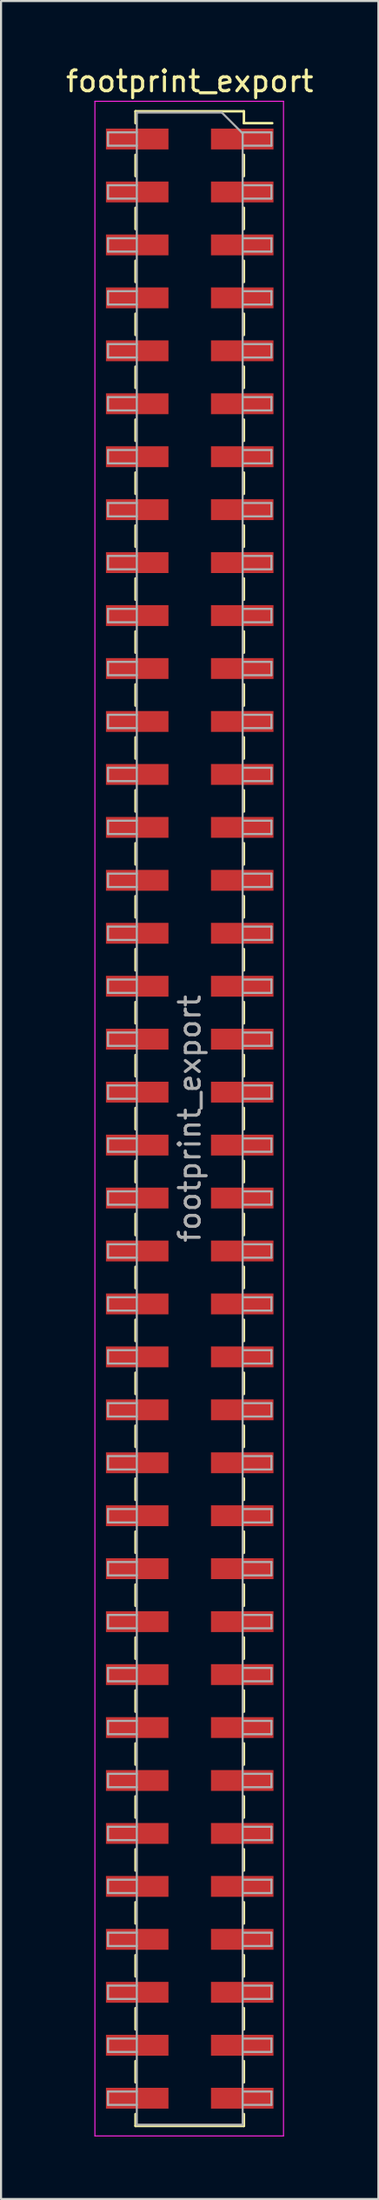
<source format=kicad_pcb>
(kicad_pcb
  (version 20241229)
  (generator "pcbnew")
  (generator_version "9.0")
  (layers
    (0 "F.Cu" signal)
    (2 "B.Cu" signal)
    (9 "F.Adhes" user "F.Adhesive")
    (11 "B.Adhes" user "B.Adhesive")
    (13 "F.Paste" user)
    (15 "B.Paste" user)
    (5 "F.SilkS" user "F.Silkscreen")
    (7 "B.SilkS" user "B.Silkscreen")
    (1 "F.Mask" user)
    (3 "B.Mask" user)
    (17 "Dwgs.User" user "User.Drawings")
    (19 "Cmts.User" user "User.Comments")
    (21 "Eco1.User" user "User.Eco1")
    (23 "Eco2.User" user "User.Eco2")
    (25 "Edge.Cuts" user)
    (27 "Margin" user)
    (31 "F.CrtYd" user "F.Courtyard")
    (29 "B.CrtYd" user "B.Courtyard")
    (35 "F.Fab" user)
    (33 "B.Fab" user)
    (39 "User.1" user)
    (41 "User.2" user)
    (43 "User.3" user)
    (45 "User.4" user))
  (footprint "footprint_export"
    (layer "F.Cu")
    (at 6.054 50.608)
    (property "Reference" "footprint_export" (at 0 -49.76 0) (layer "F.SilkS") (effects (font (size 1 1) (thickness 0.15))))
    (attr smd)
    (fp_line (start -2.6 -48.32) (end -2.6 -47.75) (stroke (width 0.12) (type solid)) (layer "F.SilkS"))
    (fp_line (start -2.6 -48.32) (end 2.6 -48.32) (stroke (width 0.12) (type solid)) (layer "F.SilkS"))
    (fp_line (start -2.6 -46.23) (end -2.6 -45.21) (stroke (width 0.12) (type solid)) (layer "F.SilkS"))
    (fp_line (start -2.6 -43.69) (end -2.6 -42.67) (stroke (width 0.12) (type solid)) (layer "F.SilkS"))
    (fp_line (start -2.6 -41.15) (end -2.6 -40.13) (stroke (width 0.12) (type solid)) (layer "F.SilkS"))
    (fp_line (start -2.6 -38.61) (end -2.6 -37.59) (stroke (width 0.12) (type solid)) (layer "F.SilkS"))
    (fp_line (start -2.6 -36.07) (end -2.6 -35.05) (stroke (width 0.12) (type solid)) (layer "F.SilkS"))
    (fp_line (start -2.6 -33.53) (end -2.6 -32.51) (stroke (width 0.12) (type solid)) (layer "F.SilkS"))
    (fp_line (start -2.6 -30.99) (end -2.6 -29.97) (stroke (width 0.12) (type solid)) (layer "F.SilkS"))
    (fp_line (start -2.6 -28.45) (end -2.6 -27.43) (stroke (width 0.12) (type solid)) (layer "F.SilkS"))
    (fp_line (start -2.6 -25.91) (end -2.6 -24.89) (stroke (width 0.12) (type solid)) (layer "F.SilkS"))
    (fp_line (start -2.6 -23.37) (end -2.6 -22.35) (stroke (width 0.12) (type solid)) (layer "F.SilkS"))
    (fp_line (start -2.6 -20.83) (end -2.6 -19.81) (stroke (width 0.12) (type solid)) (layer "F.SilkS"))
    (fp_line (start -2.6 -18.29) (end -2.6 -17.27) (stroke (width 0.12) (type solid)) (layer "F.SilkS"))
    (fp_line (start -2.6 -15.75) (end -2.6 -14.73) (stroke (width 0.12) (type solid)) (layer "F.SilkS"))
    (fp_line (start -2.6 -13.21) (end -2.6 -12.19) (stroke (width 0.12) (type solid)) (layer "F.SilkS"))
    (fp_line (start -2.6 -10.67) (end -2.6 -9.65) (stroke (width 0.12) (type solid)) (layer "F.SilkS"))
    (fp_line (start -2.6 -8.13) (end -2.6 -7.11) (stroke (width 0.12) (type solid)) (layer "F.SilkS"))
    (fp_line (start -2.6 -5.59) (end -2.6 -4.57) (stroke (width 0.12) (type solid)) (layer "F.SilkS"))
    (fp_line (start -2.6 -3.05) (end -2.6 -2.03) (stroke (width 0.12) (type solid)) (layer "F.SilkS"))
    (fp_line (start -2.6 -0.51) (end -2.6 0.51) (stroke (width 0.12) (type solid)) (layer "F.SilkS"))
    (fp_line (start -2.6 2.03) (end -2.6 3.05) (stroke (width 0.12) (type solid)) (layer "F.SilkS"))
    (fp_line (start -2.6 4.57) (end -2.6 5.59) (stroke (width 0.12) (type solid)) (layer "F.SilkS"))
    (fp_line (start -2.6 7.11) (end -2.6 8.13) (stroke (width 0.12) (type solid)) (layer "F.SilkS"))
    (fp_line (start -2.6 9.65) (end -2.6 10.67) (stroke (width 0.12) (type solid)) (layer "F.SilkS"))
    (fp_line (start -2.6 12.19) (end -2.6 13.21) (stroke (width 0.12) (type solid)) (layer "F.SilkS"))
    (fp_line (start -2.6 14.73) (end -2.6 15.75) (stroke (width 0.12) (type solid)) (layer "F.SilkS"))
    (fp_line (start -2.6 17.27) (end -2.6 18.29) (stroke (width 0.12) (type solid)) (layer "F.SilkS"))
    (fp_line (start -2.6 19.81) (end -2.6 20.83) (stroke (width 0.12) (type solid)) (layer "F.SilkS"))
    (fp_line (start -2.6 22.35) (end -2.6 23.37) (stroke (width 0.12) (type solid)) (layer "F.SilkS"))
    (fp_line (start -2.6 24.89) (end -2.6 25.91) (stroke (width 0.12) (type solid)) (layer "F.SilkS"))
    (fp_line (start -2.6 27.43) (end -2.6 28.45) (stroke (width 0.12) (type solid)) (layer "F.SilkS"))
    (fp_line (start -2.6 29.97) (end -2.6 30.99) (stroke (width 0.12) (type solid)) (layer "F.SilkS"))
    (fp_line (start -2.6 32.51) (end -2.6 33.53) (stroke (width 0.12) (type solid)) (layer "F.SilkS"))
    (fp_line (start -2.6 35.05) (end -2.6 36.07) (stroke (width 0.12) (type solid)) (layer "F.SilkS"))
    (fp_line (start -2.6 37.59) (end -2.6 38.61) (stroke (width 0.12) (type solid)) (layer "F.SilkS"))
    (fp_line (start -2.6 40.13) (end -2.6 41.15) (stroke (width 0.12) (type solid)) (layer "F.SilkS"))
    (fp_line (start -2.6 42.67) (end -2.6 43.69) (stroke (width 0.12) (type solid)) (layer "F.SilkS"))
    (fp_line (start -2.6 45.21) (end -2.6 46.23) (stroke (width 0.12) (type solid)) (layer "F.SilkS"))
    (fp_line (start -2.6 47.75) (end -2.6 48.32) (stroke (width 0.12) (type solid)) (layer "F.SilkS"))
    (fp_line (start -2.6 48.32) (end 2.6 48.32) (stroke (width 0.12) (type solid)) (layer "F.SilkS"))
    (fp_line (start 2.6 -48.32) (end 2.6 -47.75) (stroke (width 0.12) (type solid)) (layer "F.SilkS"))
    (fp_line (start 2.6 -47.75) (end 3.96 -47.75) (stroke (width 0.12) (type solid)) (layer "F.SilkS"))
    (fp_line (start 2.6 -46.23) (end 2.6 -45.21) (stroke (width 0.12) (type solid)) (layer "F.SilkS"))
    (fp_line (start 2.6 -43.69) (end 2.6 -42.67) (stroke (width 0.12) (type solid)) (layer "F.SilkS"))
    (fp_line (start 2.6 -41.15) (end 2.6 -40.13) (stroke (width 0.12) (type solid)) (layer "F.SilkS"))
    (fp_line (start 2.6 -38.61) (end 2.6 -37.59) (stroke (width 0.12) (type solid)) (layer "F.SilkS"))
    (fp_line (start 2.6 -36.07) (end 2.6 -35.05) (stroke (width 0.12) (type solid)) (layer "F.SilkS"))
    (fp_line (start 2.6 -33.53) (end 2.6 -32.51) (stroke (width 0.12) (type solid)) (layer "F.SilkS"))
    (fp_line (start 2.6 -30.99) (end 2.6 -29.97) (stroke (width 0.12) (type solid)) (layer "F.SilkS"))
    (fp_line (start 2.6 -28.45) (end 2.6 -27.43) (stroke (width 0.12) (type solid)) (layer "F.SilkS"))
    (fp_line (start 2.6 -25.91) (end 2.6 -24.89) (stroke (width 0.12) (type solid)) (layer "F.SilkS"))
    (fp_line (start 2.6 -23.37) (end 2.6 -22.35) (stroke (width 0.12) (type solid)) (layer "F.SilkS"))
    (fp_line (start 2.6 -20.83) (end 2.6 -19.81) (stroke (width 0.12) (type solid)) (layer "F.SilkS"))
    (fp_line (start 2.6 -18.29) (end 2.6 -17.27) (stroke (width 0.12) (type solid)) (layer "F.SilkS"))
    (fp_line (start 2.6 -15.75) (end 2.6 -14.73) (stroke (width 0.12) (type solid)) (layer "F.SilkS"))
    (fp_line (start 2.6 -13.21) (end 2.6 -12.19) (stroke (width 0.12) (type solid)) (layer "F.SilkS"))
    (fp_line (start 2.6 -10.67) (end 2.6 -9.65) (stroke (width 0.12) (type solid)) (layer "F.SilkS"))
    (fp_line (start 2.6 -8.13) (end 2.6 -7.11) (stroke (width 0.12) (type solid)) (layer "F.SilkS"))
    (fp_line (start 2.6 -5.59) (end 2.6 -4.57) (stroke (width 0.12) (type solid)) (layer "F.SilkS"))
    (fp_line (start 2.6 -3.05) (end 2.6 -2.03) (stroke (width 0.12) (type solid)) (layer "F.SilkS"))
    (fp_line (start 2.6 -0.51) (end 2.6 0.51) (stroke (width 0.12) (type solid)) (layer "F.SilkS"))
    (fp_line (start 2.6 2.03) (end 2.6 3.05) (stroke (width 0.12) (type solid)) (layer "F.SilkS"))
    (fp_line (start 2.6 4.57) (end 2.6 5.59) (stroke (width 0.12) (type solid)) (layer "F.SilkS"))
    (fp_line (start 2.6 7.11) (end 2.6 8.13) (stroke (width 0.12) (type solid)) (layer "F.SilkS"))
    (fp_line (start 2.6 9.65) (end 2.6 10.67) (stroke (width 0.12) (type solid)) (layer "F.SilkS"))
    (fp_line (start 2.6 12.19) (end 2.6 13.21) (stroke (width 0.12) (type solid)) (layer "F.SilkS"))
    (fp_line (start 2.6 14.73) (end 2.6 15.75) (stroke (width 0.12) (type solid)) (layer "F.SilkS"))
    (fp_line (start 2.6 17.27) (end 2.6 18.29) (stroke (width 0.12) (type solid)) (layer "F.SilkS"))
    (fp_line (start 2.6 19.81) (end 2.6 20.83) (stroke (width 0.12) (type solid)) (layer "F.SilkS"))
    (fp_line (start 2.6 22.35) (end 2.6 23.37) (stroke (width 0.12) (type solid)) (layer "F.SilkS"))
    (fp_line (start 2.6 24.89) (end 2.6 25.91) (stroke (width 0.12) (type solid)) (layer "F.SilkS"))
    (fp_line (start 2.6 27.43) (end 2.6 28.45) (stroke (width 0.12) (type solid)) (layer "F.SilkS"))
    (fp_line (start 2.6 29.97) (end 2.6 30.99) (stroke (width 0.12) (type solid)) (layer "F.SilkS"))
    (fp_line (start 2.6 32.51) (end 2.6 33.53) (stroke (width 0.12) (type solid)) (layer "F.SilkS"))
    (fp_line (start 2.6 35.05) (end 2.6 36.07) (stroke (width 0.12) (type solid)) (layer "F.SilkS"))
    (fp_line (start 2.6 37.59) (end 2.6 38.61) (stroke (width 0.12) (type solid)) (layer "F.SilkS"))
    (fp_line (start 2.6 40.13) (end 2.6 41.15) (stroke (width 0.12) (type solid)) (layer "F.SilkS"))
    (fp_line (start 2.6 42.67) (end 2.6 43.69) (stroke (width 0.12) (type solid)) (layer "F.SilkS"))
    (fp_line (start 2.6 45.21) (end 2.6 46.23) (stroke (width 0.12) (type solid)) (layer "F.SilkS"))
    (fp_line (start 2.6 47.75) (end 2.6 48.32) (stroke (width 0.12) (type solid)) (layer "F.SilkS"))
    (fp_line (start -4.55 -48.8) (end 4.5 -48.8) (stroke (width 0.05) (type solid)) (layer "F.CrtYd"))
    (fp_line (start -4.55 48.8) (end -4.55 -48.8) (stroke (width 0.05) (type solid)) (layer "F.CrtYd"))
    (fp_line (start 4.5 -48.8) (end 4.5 48.8) (stroke (width 0.05) (type solid)) (layer "F.CrtYd"))
    (fp_line (start 4.5 48.8) (end -4.55 48.8) (stroke (width 0.05) (type solid)) (layer "F.CrtYd"))
    (fp_line (start -3.92 -47.31) (end -2.54 -47.31) (stroke (width 0.1) (type solid)) (layer "F.Fab"))
    (fp_line (start -3.92 -46.67) (end -3.92 -47.31) (stroke (width 0.1) (type solid)) (layer "F.Fab"))
    (fp_line (start -3.92 -44.77) (end -2.54 -44.77) (stroke (width 0.1) (type solid)) (layer "F.Fab"))
    (fp_line (start -3.92 -44.13) (end -3.92 -44.77) (stroke (width 0.1) (type solid)) (layer "F.Fab"))
    (fp_line (start -3.92 -42.23) (end -2.54 -42.23) (stroke (width 0.1) (type solid)) (layer "F.Fab"))
    (fp_line (start -3.92 -41.59) (end -3.92 -42.23) (stroke (width 0.1) (type solid)) (layer "F.Fab"))
    (fp_line (start -3.92 -39.69) (end -2.54 -39.69) (stroke (width 0.1) (type solid)) (layer "F.Fab"))
    (fp_line (start -3.92 -39.05) (end -3.92 -39.69) (stroke (width 0.1) (type solid)) (layer "F.Fab"))
    (fp_line (start -3.92 -37.15) (end -2.54 -37.15) (stroke (width 0.1) (type solid)) (layer "F.Fab"))
    (fp_line (start -3.92 -36.51) (end -3.92 -37.15) (stroke (width 0.1) (type solid)) (layer "F.Fab"))
    (fp_line (start -3.92 -34.61) (end -2.54 -34.61) (stroke (width 0.1) (type solid)) (layer "F.Fab"))
    (fp_line (start -3.92 -33.97) (end -3.92 -34.61) (stroke (width 0.1) (type solid)) (layer "F.Fab"))
    (fp_line (start -3.92 -32.07) (end -2.54 -32.07) (stroke (width 0.1) (type solid)) (layer "F.Fab"))
    (fp_line (start -3.92 -31.43) (end -3.92 -32.07) (stroke (width 0.1) (type solid)) (layer "F.Fab"))
    (fp_line (start -3.92 -29.53) (end -2.54 -29.53) (stroke (width 0.1) (type solid)) (layer "F.Fab"))
    (fp_line (start -3.92 -28.89) (end -3.92 -29.53) (stroke (width 0.1) (type solid)) (layer "F.Fab"))
    (fp_line (start -3.92 -26.99) (end -2.54 -26.99) (stroke (width 0.1) (type solid)) (layer "F.Fab"))
    (fp_line (start -3.92 -26.35) (end -3.92 -26.99) (stroke (width 0.1) (type solid)) (layer "F.Fab"))
    (fp_line (start -3.92 -24.45) (end -2.54 -24.45) (stroke (width 0.1) (type solid)) (layer "F.Fab"))
    (fp_line (start -3.92 -23.81) (end -3.92 -24.45) (stroke (width 0.1) (type solid)) (layer "F.Fab"))
    (fp_line (start -3.92 -21.91) (end -2.54 -21.91) (stroke (width 0.1) (type solid)) (layer "F.Fab"))
    (fp_line (start -3.92 -21.27) (end -3.92 -21.91) (stroke (width 0.1) (type solid)) (layer "F.Fab"))
    (fp_line (start -3.92 -19.37) (end -2.54 -19.37) (stroke (width 0.1) (type solid)) (layer "F.Fab"))
    (fp_line (start -3.92 -18.73) (end -3.92 -19.37) (stroke (width 0.1) (type solid)) (layer "F.Fab"))
    (fp_line (start -3.92 -16.83) (end -2.54 -16.83) (stroke (width 0.1) (type solid)) (layer "F.Fab"))
    (fp_line (start -3.92 -16.19) (end -3.92 -16.83) (stroke (width 0.1) (type solid)) (layer "F.Fab"))
    (fp_line (start -3.92 -14.29) (end -2.54 -14.29) (stroke (width 0.1) (type solid)) (layer "F.Fab"))
    (fp_line (start -3.92 -13.65) (end -3.92 -14.29) (stroke (width 0.1) (type solid)) (layer "F.Fab"))
    (fp_line (start -3.92 -11.75) (end -2.54 -11.75) (stroke (width 0.1) (type solid)) (layer "F.Fab"))
    (fp_line (start -3.92 -11.11) (end -3.92 -11.75) (stroke (width 0.1) (type solid)) (layer "F.Fab"))
    (fp_line (start -3.92 -9.21) (end -2.54 -9.21) (stroke (width 0.1) (type solid)) (layer "F.Fab"))
    (fp_line (start -3.92 -8.57) (end -3.92 -9.21) (stroke (width 0.1) (type solid)) (layer "F.Fab"))
    (fp_line (start -3.92 -6.67) (end -2.54 -6.67) (stroke (width 0.1) (type solid)) (layer "F.Fab"))
    (fp_line (start -3.92 -6.03) (end -3.92 -6.67) (stroke (width 0.1) (type solid)) (layer "F.Fab"))
    (fp_line (start -3.92 -4.13) (end -2.54 -4.13) (stroke (width 0.1) (type solid)) (layer "F.Fab"))
    (fp_line (start -3.92 -3.49) (end -3.92 -4.13) (stroke (width 0.1) (type solid)) (layer "F.Fab"))
    (fp_line (start -3.92 -1.59) (end -2.54 -1.59) (stroke (width 0.1) (type solid)) (layer "F.Fab"))
    (fp_line (start -3.92 -0.95) (end -3.92 -1.59) (stroke (width 0.1) (type solid)) (layer "F.Fab"))
    (fp_line (start -3.92 0.95) (end -2.54 0.95) (stroke (width 0.1) (type solid)) (layer "F.Fab"))
    (fp_line (start -3.92 1.59) (end -3.92 0.95) (stroke (width 0.1) (type solid)) (layer "F.Fab"))
    (fp_line (start -3.92 3.49) (end -2.54 3.49) (stroke (width 0.1) (type solid)) (layer "F.Fab"))
    (fp_line (start -3.92 4.13) (end -3.92 3.49) (stroke (width 0.1) (type solid)) (layer "F.Fab"))
    (fp_line (start -3.92 6.03) (end -2.54 6.03) (stroke (width 0.1) (type solid)) (layer "F.Fab"))
    (fp_line (start -3.92 6.67) (end -3.92 6.03) (stroke (width 0.1) (type solid)) (layer "F.Fab"))
    (fp_line (start -3.92 8.57) (end -2.54 8.57) (stroke (width 0.1) (type solid)) (layer "F.Fab"))
    (fp_line (start -3.92 9.21) (end -3.92 8.57) (stroke (width 0.1) (type solid)) (layer "F.Fab"))
    (fp_line (start -3.92 11.11) (end -2.54 11.11) (stroke (width 0.1) (type solid)) (layer "F.Fab"))
    (fp_line (start -3.92 11.75) (end -3.92 11.11) (stroke (width 0.1) (type solid)) (layer "F.Fab"))
    (fp_line (start -3.92 13.65) (end -2.54 13.65) (stroke (width 0.1) (type solid)) (layer "F.Fab"))
    (fp_line (start -3.92 14.29) (end -3.92 13.65) (stroke (width 0.1) (type solid)) (layer "F.Fab"))
    (fp_line (start -3.92 16.19) (end -2.54 16.19) (stroke (width 0.1) (type solid)) (layer "F.Fab"))
    (fp_line (start -3.92 16.83) (end -3.92 16.19) (stroke (width 0.1) (type solid)) (layer "F.Fab"))
    (fp_line (start -3.92 18.73) (end -2.54 18.73) (stroke (width 0.1) (type solid)) (layer "F.Fab"))
    (fp_line (start -3.92 19.37) (end -3.92 18.73) (stroke (width 0.1) (type solid)) (layer "F.Fab"))
    (fp_line (start -3.92 21.27) (end -2.54 21.27) (stroke (width 0.1) (type solid)) (layer "F.Fab"))
    (fp_line (start -3.92 21.91) (end -3.92 21.27) (stroke (width 0.1) (type solid)) (layer "F.Fab"))
    (fp_line (start -3.92 23.81) (end -2.54 23.81) (stroke (width 0.1) (type solid)) (layer "F.Fab"))
    (fp_line (start -3.92 24.45) (end -3.92 23.81) (stroke (width 0.1) (type solid)) (layer "F.Fab"))
    (fp_line (start -3.92 26.35) (end -2.54 26.35) (stroke (width 0.1) (type solid)) (layer "F.Fab"))
    (fp_line (start -3.92 26.99) (end -3.92 26.35) (stroke (width 0.1) (type solid)) (layer "F.Fab"))
    (fp_line (start -3.92 28.89) (end -2.54 28.89) (stroke (width 0.1) (type solid)) (layer "F.Fab"))
    (fp_line (start -3.92 29.53) (end -3.92 28.89) (stroke (width 0.1) (type solid)) (layer "F.Fab"))
    (fp_line (start -3.92 31.43) (end -2.54 31.43) (stroke (width 0.1) (type solid)) (layer "F.Fab"))
    (fp_line (start -3.92 32.07) (end -3.92 31.43) (stroke (width 0.1) (type solid)) (layer "F.Fab"))
    (fp_line (start -3.92 33.97) (end -2.54 33.97) (stroke (width 0.1) (type solid)) (layer "F.Fab"))
    (fp_line (start -3.92 34.61) (end -3.92 33.97) (stroke (width 0.1) (type solid)) (layer "F.Fab"))
    (fp_line (start -3.92 36.51) (end -2.54 36.51) (stroke (width 0.1) (type solid)) (layer "F.Fab"))
    (fp_line (start -3.92 37.15) (end -3.92 36.51) (stroke (width 0.1) (type solid)) (layer "F.Fab"))
    (fp_line (start -3.92 39.05) (end -2.54 39.05) (stroke (width 0.1) (type solid)) (layer "F.Fab"))
    (fp_line (start -3.92 39.69) (end -3.92 39.05) (stroke (width 0.1) (type solid)) (layer "F.Fab"))
    (fp_line (start -3.92 41.59) (end -2.54 41.59) (stroke (width 0.1) (type solid)) (layer "F.Fab"))
    (fp_line (start -3.92 42.23) (end -3.92 41.59) (stroke (width 0.1) (type solid)) (layer "F.Fab"))
    (fp_line (start -3.92 44.13) (end -2.54 44.13) (stroke (width 0.1) (type solid)) (layer "F.Fab"))
    (fp_line (start -3.92 44.77) (end -3.92 44.13) (stroke (width 0.1) (type solid)) (layer "F.Fab"))
    (fp_line (start -3.92 46.67) (end -2.54 46.67) (stroke (width 0.1) (type solid)) (layer "F.Fab"))
    (fp_line (start -3.92 47.31) (end -3.92 46.67) (stroke (width 0.1) (type solid)) (layer "F.Fab"))
    (fp_line (start -2.54 -48.26) (end 1.54 -48.26) (stroke (width 0.1) (type solid)) (layer "F.Fab"))
    (fp_line (start -2.54 -46.67) (end -3.92 -46.67) (stroke (width 0.1) (type solid)) (layer "F.Fab"))
    (fp_line (start -2.54 -44.13) (end -3.92 -44.13) (stroke (width 0.1) (type solid)) (layer "F.Fab"))
    (fp_line (start -2.54 -41.59) (end -3.92 -41.59) (stroke (width 0.1) (type solid)) (layer "F.Fab"))
    (fp_line (start -2.54 -39.05) (end -3.92 -39.05) (stroke (width 0.1) (type solid)) (layer "F.Fab"))
    (fp_line (start -2.54 -36.51) (end -3.92 -36.51) (stroke (width 0.1) (type solid)) (layer "F.Fab"))
    (fp_line (start -2.54 -33.97) (end -3.92 -33.97) (stroke (width 0.1) (type solid)) (layer "F.Fab"))
    (fp_line (start -2.54 -31.43) (end -3.92 -31.43) (stroke (width 0.1) (type solid)) (layer "F.Fab"))
    (fp_line (start -2.54 -28.89) (end -3.92 -28.89) (stroke (width 0.1) (type solid)) (layer "F.Fab"))
    (fp_line (start -2.54 -26.35) (end -3.92 -26.35) (stroke (width 0.1) (type solid)) (layer "F.Fab"))
    (fp_line (start -2.54 -23.81) (end -3.92 -23.81) (stroke (width 0.1) (type solid)) (layer "F.Fab"))
    (fp_line (start -2.54 -21.27) (end -3.92 -21.27) (stroke (width 0.1) (type solid)) (layer "F.Fab"))
    (fp_line (start -2.54 -18.73) (end -3.92 -18.73) (stroke (width 0.1) (type solid)) (layer "F.Fab"))
    (fp_line (start -2.54 -16.19) (end -3.92 -16.19) (stroke (width 0.1) (type solid)) (layer "F.Fab"))
    (fp_line (start -2.54 -13.65) (end -3.92 -13.65) (stroke (width 0.1) (type solid)) (layer "F.Fab"))
    (fp_line (start -2.54 -11.11) (end -3.92 -11.11) (stroke (width 0.1) (type solid)) (layer "F.Fab"))
    (fp_line (start -2.54 -8.57) (end -3.92 -8.57) (stroke (width 0.1) (type solid)) (layer "F.Fab"))
    (fp_line (start -2.54 -6.03) (end -3.92 -6.03) (stroke (width 0.1) (type solid)) (layer "F.Fab"))
    (fp_line (start -2.54 -3.49) (end -3.92 -3.49) (stroke (width 0.1) (type solid)) (layer "F.Fab"))
    (fp_line (start -2.54 -0.95) (end -3.92 -0.95) (stroke (width 0.1) (type solid)) (layer "F.Fab"))
    (fp_line (start -2.54 1.59) (end -3.92 1.59) (stroke (width 0.1) (type solid)) (layer "F.Fab"))
    (fp_line (start -2.54 4.13) (end -3.92 4.13) (stroke (width 0.1) (type solid)) (layer "F.Fab"))
    (fp_line (start -2.54 6.67) (end -3.92 6.67) (stroke (width 0.1) (type solid)) (layer "F.Fab"))
    (fp_line (start -2.54 9.21) (end -3.92 9.21) (stroke (width 0.1) (type solid)) (layer "F.Fab"))
    (fp_line (start -2.54 11.75) (end -3.92 11.75) (stroke (width 0.1) (type solid)) (layer "F.Fab"))
    (fp_line (start -2.54 14.29) (end -3.92 14.29) (stroke (width 0.1) (type solid)) (layer "F.Fab"))
    (fp_line (start -2.54 16.83) (end -3.92 16.83) (stroke (width 0.1) (type solid)) (layer "F.Fab"))
    (fp_line (start -2.54 19.37) (end -3.92 19.37) (stroke (width 0.1) (type solid)) (layer "F.Fab"))
    (fp_line (start -2.54 21.91) (end -3.92 21.91) (stroke (width 0.1) (type solid)) (layer "F.Fab"))
    (fp_line (start -2.54 24.45) (end -3.92 24.45) (stroke (width 0.1) (type solid)) (layer "F.Fab"))
    (fp_line (start -2.54 26.99) (end -3.92 26.99) (stroke (width 0.1) (type solid)) (layer "F.Fab"))
    (fp_line (start -2.54 29.53) (end -3.92 29.53) (stroke (width 0.1) (type solid)) (layer "F.Fab"))
    (fp_line (start -2.54 32.07) (end -3.92 32.07) (stroke (width 0.1) (type solid)) (layer "F.Fab"))
    (fp_line (start -2.54 34.61) (end -3.92 34.61) (stroke (width 0.1) (type solid)) (layer "F.Fab"))
    (fp_line (start -2.54 37.15) (end -3.92 37.15) (stroke (width 0.1) (type solid)) (layer "F.Fab"))
    (fp_line (start -2.54 39.69) (end -3.92 39.69) (stroke (width 0.1) (type solid)) (layer "F.Fab"))
    (fp_line (start -2.54 42.23) (end -3.92 42.23) (stroke (width 0.1) (type solid)) (layer "F.Fab"))
    (fp_line (start -2.54 44.77) (end -3.92 44.77) (stroke (width 0.1) (type solid)) (layer "F.Fab"))
    (fp_line (start -2.54 47.31) (end -3.92 47.31) (stroke (width 0.1) (type solid)) (layer "F.Fab"))
    (fp_line (start -2.54 48.26) (end -2.54 -48.26) (stroke (width 0.1) (type solid)) (layer "F.Fab"))
    (fp_line (start 1.54 -48.26) (end 2.54 -47.26) (stroke (width 0.1) (type solid)) (layer "F.Fab"))
    (fp_line (start 2.54 -47.31) (end 3.92 -47.31) (stroke (width 0.1) (type solid)) (layer "F.Fab"))
    (fp_line (start 2.54 -47.26) (end 2.54 48.26) (stroke (width 0.1) (type solid)) (layer "F.Fab"))
    (fp_line (start 2.54 -44.77) (end 3.92 -44.77) (stroke (width 0.1) (type solid)) (layer "F.Fab"))
    (fp_line (start 2.54 -42.23) (end 3.92 -42.23) (stroke (width 0.1) (type solid)) (layer "F.Fab"))
    (fp_line (start 2.54 -39.69) (end 3.92 -39.69) (stroke (width 0.1) (type solid)) (layer "F.Fab"))
    (fp_line (start 2.54 -37.15) (end 3.92 -37.15) (stroke (width 0.1) (type solid)) (layer "F.Fab"))
    (fp_line (start 2.54 -34.61) (end 3.92 -34.61) (stroke (width 0.1) (type solid)) (layer "F.Fab"))
    (fp_line (start 2.54 -32.07) (end 3.92 -32.07) (stroke (width 0.1) (type solid)) (layer "F.Fab"))
    (fp_line (start 2.54 -29.53) (end 3.92 -29.53) (stroke (width 0.1) (type solid)) (layer "F.Fab"))
    (fp_line (start 2.54 -26.99) (end 3.92 -26.99) (stroke (width 0.1) (type solid)) (layer "F.Fab"))
    (fp_line (start 2.54 -24.45) (end 3.92 -24.45) (stroke (width 0.1) (type solid)) (layer "F.Fab"))
    (fp_line (start 2.54 -21.91) (end 3.92 -21.91) (stroke (width 0.1) (type solid)) (layer "F.Fab"))
    (fp_line (start 2.54 -19.37) (end 3.92 -19.37) (stroke (width 0.1) (type solid)) (layer "F.Fab"))
    (fp_line (start 2.54 -16.83) (end 3.92 -16.83) (stroke (width 0.1) (type solid)) (layer "F.Fab"))
    (fp_line (start 2.54 -14.29) (end 3.92 -14.29) (stroke (width 0.1) (type solid)) (layer "F.Fab"))
    (fp_line (start 2.54 -11.75) (end 3.92 -11.75) (stroke (width 0.1) (type solid)) (layer "F.Fab"))
    (fp_line (start 2.54 -9.21) (end 3.92 -9.21) (stroke (width 0.1) (type solid)) (layer "F.Fab"))
    (fp_line (start 2.54 -6.67) (end 3.92 -6.67) (stroke (width 0.1) (type solid)) (layer "F.Fab"))
    (fp_line (start 2.54 -4.13) (end 3.92 -4.13) (stroke (width 0.1) (type solid)) (layer "F.Fab"))
    (fp_line (start 2.54 -1.59) (end 3.92 -1.59) (stroke (width 0.1) (type solid)) (layer "F.Fab"))
    (fp_line (start 2.54 0.95) (end 3.92 0.95) (stroke (width 0.1) (type solid)) (layer "F.Fab"))
    (fp_line (start 2.54 3.49) (end 3.92 3.49) (stroke (width 0.1) (type solid)) (layer "F.Fab"))
    (fp_line (start 2.54 6.03) (end 3.92 6.03) (stroke (width 0.1) (type solid)) (layer "F.Fab"))
    (fp_line (start 2.54 8.57) (end 3.92 8.57) (stroke (width 0.1) (type solid)) (layer "F.Fab"))
    (fp_line (start 2.54 11.11) (end 3.92 11.11) (stroke (width 0.1) (type solid)) (layer "F.Fab"))
    (fp_line (start 2.54 13.65) (end 3.92 13.65) (stroke (width 0.1) (type solid)) (layer "F.Fab"))
    (fp_line (start 2.54 16.19) (end 3.92 16.19) (stroke (width 0.1) (type solid)) (layer "F.Fab"))
    (fp_line (start 2.54 18.73) (end 3.92 18.73) (stroke (width 0.1) (type solid)) (layer "F.Fab"))
    (fp_line (start 2.54 21.27) (end 3.92 21.27) (stroke (width 0.1) (type solid)) (layer "F.Fab"))
    (fp_line (start 2.54 23.81) (end 3.92 23.81) (stroke (width 0.1) (type solid)) (layer "F.Fab"))
    (fp_line (start 2.54 26.35) (end 3.92 26.35) (stroke (width 0.1) (type solid)) (layer "F.Fab"))
    (fp_line (start 2.54 28.89) (end 3.92 28.89) (stroke (width 0.1) (type solid)) (layer "F.Fab"))
    (fp_line (start 2.54 31.43) (end 3.92 31.43) (stroke (width 0.1) (type solid)) (layer "F.Fab"))
    (fp_line (start 2.54 33.97) (end 3.92 33.97) (stroke (width 0.1) (type solid)) (layer "F.Fab"))
    (fp_line (start 2.54 36.51) (end 3.92 36.51) (stroke (width 0.1) (type solid)) (layer "F.Fab"))
    (fp_line (start 2.54 39.05) (end 3.92 39.05) (stroke (width 0.1) (type solid)) (layer "F.Fab"))
    (fp_line (start 2.54 41.59) (end 3.92 41.59) (stroke (width 0.1) (type solid)) (layer "F.Fab"))
    (fp_line (start 2.54 44.13) (end 3.92 44.13) (stroke (width 0.1) (type solid)) (layer "F.Fab"))
    (fp_line (start 2.54 46.67) (end 3.92 46.67) (stroke (width 0.1) (type solid)) (layer "F.Fab"))
    (fp_line (start 2.54 48.26) (end -2.54 48.26) (stroke (width 0.1) (type solid)) (layer "F.Fab"))
    (fp_line (start 3.92 -47.31) (end 3.92 -46.67) (stroke (width 0.1) (type solid)) (layer "F.Fab"))
    (fp_line (start 3.92 -46.67) (end 2.54 -46.67) (stroke (width 0.1) (type solid)) (layer "F.Fab"))
    (fp_line (start 3.92 -44.77) (end 3.92 -44.13) (stroke (width 0.1) (type solid)) (layer "F.Fab"))
    (fp_line (start 3.92 -44.13) (end 2.54 -44.13) (stroke (width 0.1) (type solid)) (layer "F.Fab"))
    (fp_line (start 3.92 -42.23) (end 3.92 -41.59) (stroke (width 0.1) (type solid)) (layer "F.Fab"))
    (fp_line (start 3.92 -41.59) (end 2.54 -41.59) (stroke (width 0.1) (type solid)) (layer "F.Fab"))
    (fp_line (start 3.92 -39.69) (end 3.92 -39.05) (stroke (width 0.1) (type solid)) (layer "F.Fab"))
    (fp_line (start 3.92 -39.05) (end 2.54 -39.05) (stroke (width 0.1) (type solid)) (layer "F.Fab"))
    (fp_line (start 3.92 -37.15) (end 3.92 -36.51) (stroke (width 0.1) (type solid)) (layer "F.Fab"))
    (fp_line (start 3.92 -36.51) (end 2.54 -36.51) (stroke (width 0.1) (type solid)) (layer "F.Fab"))
    (fp_line (start 3.92 -34.61) (end 3.92 -33.97) (stroke (width 0.1) (type solid)) (layer "F.Fab"))
    (fp_line (start 3.92 -33.97) (end 2.54 -33.97) (stroke (width 0.1) (type solid)) (layer "F.Fab"))
    (fp_line (start 3.92 -32.07) (end 3.92 -31.43) (stroke (width 0.1) (type solid)) (layer "F.Fab"))
    (fp_line (start 3.92 -31.43) (end 2.54 -31.43) (stroke (width 0.1) (type solid)) (layer "F.Fab"))
    (fp_line (start 3.92 -29.53) (end 3.92 -28.89) (stroke (width 0.1) (type solid)) (layer "F.Fab"))
    (fp_line (start 3.92 -28.89) (end 2.54 -28.89) (stroke (width 0.1) (type solid)) (layer "F.Fab"))
    (fp_line (start 3.92 -26.99) (end 3.92 -26.35) (stroke (width 0.1) (type solid)) (layer "F.Fab"))
    (fp_line (start 3.92 -26.35) (end 2.54 -26.35) (stroke (width 0.1) (type solid)) (layer "F.Fab"))
    (fp_line (start 3.92 -24.45) (end 3.92 -23.81) (stroke (width 0.1) (type solid)) (layer "F.Fab"))
    (fp_line (start 3.92 -23.81) (end 2.54 -23.81) (stroke (width 0.1) (type solid)) (layer "F.Fab"))
    (fp_line (start 3.92 -21.91) (end 3.92 -21.27) (stroke (width 0.1) (type solid)) (layer "F.Fab"))
    (fp_line (start 3.92 -21.27) (end 2.54 -21.27) (stroke (width 0.1) (type solid)) (layer "F.Fab"))
    (fp_line (start 3.92 -19.37) (end 3.92 -18.73) (stroke (width 0.1) (type solid)) (layer "F.Fab"))
    (fp_line (start 3.92 -18.73) (end 2.54 -18.73) (stroke (width 0.1) (type solid)) (layer "F.Fab"))
    (fp_line (start 3.92 -16.83) (end 3.92 -16.19) (stroke (width 0.1) (type solid)) (layer "F.Fab"))
    (fp_line (start 3.92 -16.19) (end 2.54 -16.19) (stroke (width 0.1) (type solid)) (layer "F.Fab"))
    (fp_line (start 3.92 -14.29) (end 3.92 -13.65) (stroke (width 0.1) (type solid)) (layer "F.Fab"))
    (fp_line (start 3.92 -13.65) (end 2.54 -13.65) (stroke (width 0.1) (type solid)) (layer "F.Fab"))
    (fp_line (start 3.92 -11.75) (end 3.92 -11.11) (stroke (width 0.1) (type solid)) (layer "F.Fab"))
    (fp_line (start 3.92 -11.11) (end 2.54 -11.11) (stroke (width 0.1) (type solid)) (layer "F.Fab"))
    (fp_line (start 3.92 -9.21) (end 3.92 -8.57) (stroke (width 0.1) (type solid)) (layer "F.Fab"))
    (fp_line (start 3.92 -8.57) (end 2.54 -8.57) (stroke (width 0.1) (type solid)) (layer "F.Fab"))
    (fp_line (start 3.92 -6.67) (end 3.92 -6.03) (stroke (width 0.1) (type solid)) (layer "F.Fab"))
    (fp_line (start 3.92 -6.03) (end 2.54 -6.03) (stroke (width 0.1) (type solid)) (layer "F.Fab"))
    (fp_line (start 3.92 -4.13) (end 3.92 -3.49) (stroke (width 0.1) (type solid)) (layer "F.Fab"))
    (fp_line (start 3.92 -3.49) (end 2.54 -3.49) (stroke (width 0.1) (type solid)) (layer "F.Fab"))
    (fp_line (start 3.92 -1.59) (end 3.92 -0.95) (stroke (width 0.1) (type solid)) (layer "F.Fab"))
    (fp_line (start 3.92 -0.95) (end 2.54 -0.95) (stroke (width 0.1) (type solid)) (layer "F.Fab"))
    (fp_line (start 3.92 0.95) (end 3.92 1.59) (stroke (width 0.1) (type solid)) (layer "F.Fab"))
    (fp_line (start 3.92 1.59) (end 2.54 1.59) (stroke (width 0.1) (type solid)) (layer "F.Fab"))
    (fp_line (start 3.92 3.49) (end 3.92 4.13) (stroke (width 0.1) (type solid)) (layer "F.Fab"))
    (fp_line (start 3.92 4.13) (end 2.54 4.13) (stroke (width 0.1) (type solid)) (layer "F.Fab"))
    (fp_line (start 3.92 6.03) (end 3.92 6.67) (stroke (width 0.1) (type solid)) (layer "F.Fab"))
    (fp_line (start 3.92 6.67) (end 2.54 6.67) (stroke (width 0.1) (type solid)) (layer "F.Fab"))
    (fp_line (start 3.92 8.57) (end 3.92 9.21) (stroke (width 0.1) (type solid)) (layer "F.Fab"))
    (fp_line (start 3.92 9.21) (end 2.54 9.21) (stroke (width 0.1) (type solid)) (layer "F.Fab"))
    (fp_line (start 3.92 11.11) (end 3.92 11.75) (stroke (width 0.1) (type solid)) (layer "F.Fab"))
    (fp_line (start 3.92 11.75) (end 2.54 11.75) (stroke (width 0.1) (type solid)) (layer "F.Fab"))
    (fp_line (start 3.92 13.65) (end 3.92 14.29) (stroke (width 0.1) (type solid)) (layer "F.Fab"))
    (fp_line (start 3.92 14.29) (end 2.54 14.29) (stroke (width 0.1) (type solid)) (layer "F.Fab"))
    (fp_line (start 3.92 16.19) (end 3.92 16.83) (stroke (width 0.1) (type solid)) (layer "F.Fab"))
    (fp_line (start 3.92 16.83) (end 2.54 16.83) (stroke (width 0.1) (type solid)) (layer "F.Fab"))
    (fp_line (start 3.92 18.73) (end 3.92 19.37) (stroke (width 0.1) (type solid)) (layer "F.Fab"))
    (fp_line (start 3.92 19.37) (end 2.54 19.37) (stroke (width 0.1) (type solid)) (layer "F.Fab"))
    (fp_line (start 3.92 21.27) (end 3.92 21.91) (stroke (width 0.1) (type solid)) (layer "F.Fab"))
    (fp_line (start 3.92 21.91) (end 2.54 21.91) (stroke (width 0.1) (type solid)) (layer "F.Fab"))
    (fp_line (start 3.92 23.81) (end 3.92 24.45) (stroke (width 0.1) (type solid)) (layer "F.Fab"))
    (fp_line (start 3.92 24.45) (end 2.54 24.45) (stroke (width 0.1) (type solid)) (layer "F.Fab"))
    (fp_line (start 3.92 26.35) (end 3.92 26.99) (stroke (width 0.1) (type solid)) (layer "F.Fab"))
    (fp_line (start 3.92 26.99) (end 2.54 26.99) (stroke (width 0.1) (type solid)) (layer "F.Fab"))
    (fp_line (start 3.92 28.89) (end 3.92 29.53) (stroke (width 0.1) (type solid)) (layer "F.Fab"))
    (fp_line (start 3.92 29.53) (end 2.54 29.53) (stroke (width 0.1) (type solid)) (layer "F.Fab"))
    (fp_line (start 3.92 31.43) (end 3.92 32.07) (stroke (width 0.1) (type solid)) (layer "F.Fab"))
    (fp_line (start 3.92 32.07) (end 2.54 32.07) (stroke (width 0.1) (type solid)) (layer "F.Fab"))
    (fp_line (start 3.92 33.97) (end 3.92 34.61) (stroke (width 0.1) (type solid)) (layer "F.Fab"))
    (fp_line (start 3.92 34.61) (end 2.54 34.61) (stroke (width 0.1) (type solid)) (layer "F.Fab"))
    (fp_line (start 3.92 36.51) (end 3.92 37.15) (stroke (width 0.1) (type solid)) (layer "F.Fab"))
    (fp_line (start 3.92 37.15) (end 2.54 37.15) (stroke (width 0.1) (type solid)) (layer "F.Fab"))
    (fp_line (start 3.92 39.05) (end 3.92 39.69) (stroke (width 0.1) (type solid)) (layer "F.Fab"))
    (fp_line (start 3.92 39.69) (end 2.54 39.69) (stroke (width 0.1) (type solid)) (layer "F.Fab"))
    (fp_line (start 3.92 41.59) (end 3.92 42.23) (stroke (width 0.1) (type solid)) (layer "F.Fab"))
    (fp_line (start 3.92 42.23) (end 2.54 42.23) (stroke (width 0.1) (type solid)) (layer "F.Fab"))
    (fp_line (start 3.92 44.13) (end 3.92 44.77) (stroke (width 0.1) (type solid)) (layer "F.Fab"))
    (fp_line (start 3.92 44.77) (end 2.54 44.77) (stroke (width 0.1) (type solid)) (layer "F.Fab"))
    (fp_line (start 3.92 46.67) (end 3.92 47.31) (stroke (width 0.1) (type solid)) (layer "F.Fab"))
    (fp_line (start 3.92 47.31) (end 2.54 47.31) (stroke (width 0.1) (type solid)) (layer "F.Fab"))
    (fp_text user "${REFERENCE}" (at 0 0 90) (layer "F.Fab") (effects (font (size 1 1) (thickness 0.15))))
    (pad "1" smd rect (at 2.52 -46.99) (size 3 1) (layers "F.Cu" "F.Mask" "F.Paste"))
    (pad "2" smd rect (at -2.52 -46.99) (size 3 1) (layers "F.Cu" "F.Mask" "F.Paste"))
    (pad "3" smd rect (at 2.52 -44.45) (size 3 1) (layers "F.Cu" "F.Mask" "F.Paste"))
    (pad "4" smd rect (at -2.52 -44.45) (size 3 1) (layers "F.Cu" "F.Mask" "F.Paste"))
    (pad "5" smd rect (at 2.52 -41.91) (size 3 1) (layers "F.Cu" "F.Mask" "F.Paste"))
    (pad "6" smd rect (at -2.52 -41.91) (size 3 1) (layers "F.Cu" "F.Mask" "F.Paste"))
    (pad "7" smd rect (at 2.52 -39.37) (size 3 1) (layers "F.Cu" "F.Mask" "F.Paste"))
    (pad "8" smd rect (at -2.52 -39.37) (size 3 1) (layers "F.Cu" "F.Mask" "F.Paste"))
    (pad "9" smd rect (at 2.52 -36.83) (size 3 1) (layers "F.Cu" "F.Mask" "F.Paste"))
    (pad "10" smd rect (at -2.52 -36.83) (size 3 1) (layers "F.Cu" "F.Mask" "F.Paste"))
    (pad "11" smd rect (at 2.52 -34.29) (size 3 1) (layers "F.Cu" "F.Mask" "F.Paste"))
    (pad "12" smd rect (at -2.52 -34.29) (size 3 1) (layers "F.Cu" "F.Mask" "F.Paste"))
    (pad "13" smd rect (at 2.52 -31.75) (size 3 1) (layers "F.Cu" "F.Mask" "F.Paste"))
    (pad "14" smd rect (at -2.52 -31.75) (size 3 1) (layers "F.Cu" "F.Mask" "F.Paste"))
    (pad "15" smd rect (at 2.52 -29.21) (size 3 1) (layers "F.Cu" "F.Mask" "F.Paste"))
    (pad "16" smd rect (at -2.52 -29.21) (size 3 1) (layers "F.Cu" "F.Mask" "F.Paste"))
    (pad "17" smd rect (at 2.52 -26.67) (size 3 1) (layers "F.Cu" "F.Mask" "F.Paste"))
    (pad "18" smd rect (at -2.52 -26.67) (size 3 1) (layers "F.Cu" "F.Mask" "F.Paste"))
    (pad "19" smd rect (at 2.52 -24.13) (size 3 1) (layers "F.Cu" "F.Mask" "F.Paste"))
    (pad "20" smd rect (at -2.52 -24.13) (size 3 1) (layers "F.Cu" "F.Mask" "F.Paste"))
    (pad "21" smd rect (at 2.52 -21.59) (size 3 1) (layers "F.Cu" "F.Mask" "F.Paste"))
    (pad "22" smd rect (at -2.52 -21.59) (size 3 1) (layers "F.Cu" "F.Mask" "F.Paste"))
    (pad "23" smd rect (at 2.52 -19.05) (size 3 1) (layers "F.Cu" "F.Mask" "F.Paste"))
    (pad "24" smd rect (at -2.52 -19.05) (size 3 1) (layers "F.Cu" "F.Mask" "F.Paste"))
    (pad "25" smd rect (at 2.52 -16.51) (size 3 1) (layers "F.Cu" "F.Mask" "F.Paste"))
    (pad "26" smd rect (at -2.52 -16.51) (size 3 1) (layers "F.Cu" "F.Mask" "F.Paste"))
    (pad "27" smd rect (at 2.52 -13.97) (size 3 1) (layers "F.Cu" "F.Mask" "F.Paste"))
    (pad "28" smd rect (at -2.52 -13.97) (size 3 1) (layers "F.Cu" "F.Mask" "F.Paste"))
    (pad "29" smd rect (at 2.52 -11.43) (size 3 1) (layers "F.Cu" "F.Mask" "F.Paste"))
    (pad "30" smd rect (at -2.52 -11.43) (size 3 1) (layers "F.Cu" "F.Mask" "F.Paste"))
    (pad "31" smd rect (at 2.52 -8.89) (size 3 1) (layers "F.Cu" "F.Mask" "F.Paste"))
    (pad "32" smd rect (at -2.52 -8.89) (size 3 1) (layers "F.Cu" "F.Mask" "F.Paste"))
    (pad "33" smd rect (at 2.52 -6.35) (size 3 1) (layers "F.Cu" "F.Mask" "F.Paste"))
    (pad "34" smd rect (at -2.52 -6.35) (size 3 1) (layers "F.Cu" "F.Mask" "F.Paste"))
    (pad "35" smd rect (at 2.52 -3.81) (size 3 1) (layers "F.Cu" "F.Mask" "F.Paste"))
    (pad "36" smd rect (at -2.52 -3.81) (size 3 1) (layers "F.Cu" "F.Mask" "F.Paste"))
    (pad "37" smd rect (at 2.52 -1.27) (size 3 1) (layers "F.Cu" "F.Mask" "F.Paste"))
    (pad "38" smd rect (at -2.52 -1.27) (size 3 1) (layers "F.Cu" "F.Mask" "F.Paste"))
    (pad "39" smd rect (at 2.52 1.27) (size 3 1) (layers "F.Cu" "F.Mask" "F.Paste"))
    (pad "40" smd rect (at -2.52 1.27) (size 3 1) (layers "F.Cu" "F.Mask" "F.Paste"))
    (pad "41" smd rect (at 2.52 3.81) (size 3 1) (layers "F.Cu" "F.Mask" "F.Paste"))
    (pad "42" smd rect (at -2.52 3.81) (size 3 1) (layers "F.Cu" "F.Mask" "F.Paste"))
    (pad "43" smd rect (at 2.52 6.35) (size 3 1) (layers "F.Cu" "F.Mask" "F.Paste"))
    (pad "44" smd rect (at -2.52 6.35) (size 3 1) (layers "F.Cu" "F.Mask" "F.Paste"))
    (pad "45" smd rect (at 2.52 8.89) (size 3 1) (layers "F.Cu" "F.Mask" "F.Paste"))
    (pad "46" smd rect (at -2.52 8.89) (size 3 1) (layers "F.Cu" "F.Mask" "F.Paste"))
    (pad "47" smd rect (at 2.52 11.43) (size 3 1) (layers "F.Cu" "F.Mask" "F.Paste"))
    (pad "48" smd rect (at -2.52 11.43) (size 3 1) (layers "F.Cu" "F.Mask" "F.Paste"))
    (pad "49" smd rect (at 2.52 13.97) (size 3 1) (layers "F.Cu" "F.Mask" "F.Paste"))
    (pad "50" smd rect (at -2.52 13.97) (size 3 1) (layers "F.Cu" "F.Mask" "F.Paste"))
    (pad "51" smd rect (at 2.52 16.51) (size 3 1) (layers "F.Cu" "F.Mask" "F.Paste"))
    (pad "52" smd rect (at -2.52 16.51) (size 3 1) (layers "F.Cu" "F.Mask" "F.Paste"))
    (pad "53" smd rect (at 2.52 19.05) (size 3 1) (layers "F.Cu" "F.Mask" "F.Paste"))
    (pad "54" smd rect (at -2.52 19.05) (size 3 1) (layers "F.Cu" "F.Mask" "F.Paste"))
    (pad "55" smd rect (at 2.52 21.59) (size 3 1) (layers "F.Cu" "F.Mask" "F.Paste"))
    (pad "56" smd rect (at -2.52 21.59) (size 3 1) (layers "F.Cu" "F.Mask" "F.Paste"))
    (pad "57" smd rect (at 2.52 24.13) (size 3 1) (layers "F.Cu" "F.Mask" "F.Paste"))
    (pad "58" smd rect (at -2.52 24.13) (size 3 1) (layers "F.Cu" "F.Mask" "F.Paste"))
    (pad "59" smd rect (at 2.52 26.67) (size 3 1) (layers "F.Cu" "F.Mask" "F.Paste"))
    (pad "60" smd rect (at -2.52 26.67) (size 3 1) (layers "F.Cu" "F.Mask" "F.Paste"))
    (pad "61" smd rect (at 2.52 29.21) (size 3 1) (layers "F.Cu" "F.Mask" "F.Paste"))
    (pad "62" smd rect (at -2.52 29.21) (size 3 1) (layers "F.Cu" "F.Mask" "F.Paste"))
    (pad "63" smd rect (at 2.52 31.75) (size 3 1) (layers "F.Cu" "F.Mask" "F.Paste"))
    (pad "64" smd rect (at -2.52 31.75) (size 3 1) (layers "F.Cu" "F.Mask" "F.Paste"))
    (pad "65" smd rect (at 2.52 34.29) (size 3 1) (layers "F.Cu" "F.Mask" "F.Paste"))
    (pad "66" smd rect (at -2.52 34.29) (size 3 1) (layers "F.Cu" "F.Mask" "F.Paste"))
    (pad "67" smd rect (at 2.52 36.83) (size 3 1) (layers "F.Cu" "F.Mask" "F.Paste"))
    (pad "68" smd rect (at -2.52 36.83) (size 3 1) (layers "F.Cu" "F.Mask" "F.Paste"))
    (pad "69" smd rect (at 2.52 39.37) (size 3 1) (layers "F.Cu" "F.Mask" "F.Paste"))
    (pad "70" smd rect (at -2.52 39.37) (size 3 1) (layers "F.Cu" "F.Mask" "F.Paste"))
    (pad "71" smd rect (at 2.52 41.91) (size 3 1) (layers "F.Cu" "F.Mask" "F.Paste"))
    (pad "72" smd rect (at -2.52 41.91) (size 3 1) (layers "F.Cu" "F.Mask" "F.Paste"))
    (pad "73" smd rect (at 2.52 44.45) (size 3 1) (layers "F.Cu" "F.Mask" "F.Paste"))
    (pad "74" smd rect (at -2.52 44.45) (size 3 1) (layers "F.Cu" "F.Mask" "F.Paste"))
    (pad "75" smd rect (at 2.52 46.99) (size 3 1) (layers "F.Cu" "F.Mask" "F.Paste"))
    (pad "76" smd rect (at -2.52 46.99) (size 3 1) (layers "F.Cu" "F.Mask" "F.Paste")))
  (gr_rect
    (start -3 -3)
    (end 15.107 102.433)
    (stroke (width 0.1) (type default))
    (fill no)
    (layer "Edge.Cuts")))
</source>
